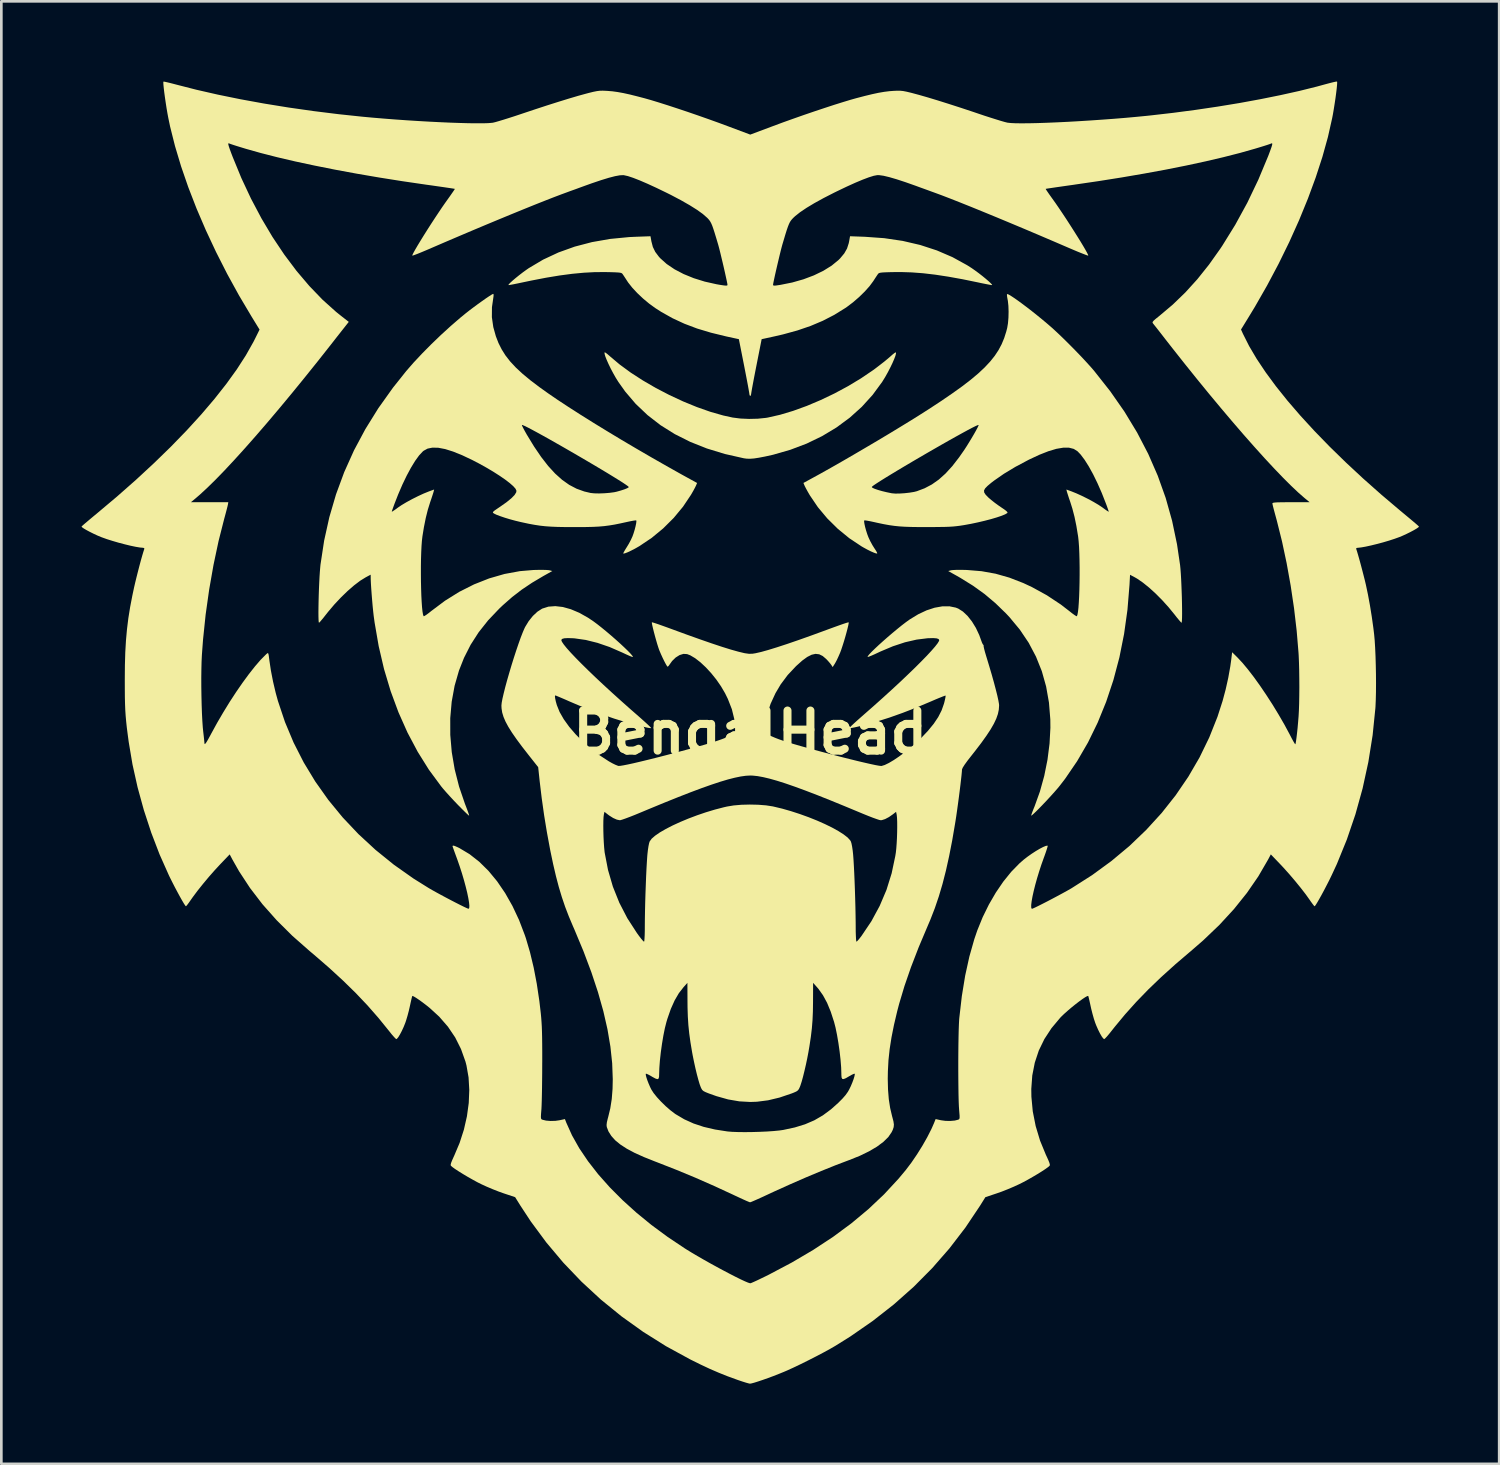
<source format=kicad_pcb>
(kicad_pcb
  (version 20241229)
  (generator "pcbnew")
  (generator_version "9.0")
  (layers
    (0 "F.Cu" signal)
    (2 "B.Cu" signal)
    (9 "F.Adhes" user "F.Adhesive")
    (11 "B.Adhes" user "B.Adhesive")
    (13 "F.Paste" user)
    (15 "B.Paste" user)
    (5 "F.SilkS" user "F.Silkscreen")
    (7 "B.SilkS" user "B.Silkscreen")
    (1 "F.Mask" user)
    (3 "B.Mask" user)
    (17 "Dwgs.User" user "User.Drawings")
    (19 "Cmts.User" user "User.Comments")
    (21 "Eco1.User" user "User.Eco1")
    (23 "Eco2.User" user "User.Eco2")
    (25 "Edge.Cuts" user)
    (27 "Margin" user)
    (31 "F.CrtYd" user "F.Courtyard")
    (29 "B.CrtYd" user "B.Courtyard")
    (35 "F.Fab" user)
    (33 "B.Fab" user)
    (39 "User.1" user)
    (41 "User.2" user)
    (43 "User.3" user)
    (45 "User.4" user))
  (footprint "BengalHead"
    (layer "F.Cu")
    (at 25.014 24.35)
    (property "Reference" "BengalHead" (at 0 0 0) (layer "F.SilkS") (effects (font (size 1.5 1.5) (thickness 0.3))))
    (attr board_only exclude_from_pos_files exclude_from_bom)
    (fp_poly (pts (xy 5.447 -14.221) (xy 5.451 -14.176) (xy 5.428 -14.086) (xy 5.38 -13.961) (xy 5.314 -13.809) (xy 5.233 -13.642) (xy 5.142 -13.467) (xy 5.045 -13.294) (xy 4.946 -13.134) (xy 4.931 -13.11) (xy 4.576 -12.627) (xy 4.171 -12.181) (xy 3.72 -11.775) (xy 3.225 -11.41) (xy 2.688 -11.087) (xy 2.112 -10.808) (xy 1.5 -10.576) (xy 0.854 -10.39) (xy 0.552 -10.323) (xy 0.323 -10.279) (xy 0.141 -10.251) (xy -0.006 -10.24) (xy -0.131 -10.243) (xy -0.237 -10.257) (xy -0.952 -10.419) (xy -1.622 -10.624) (xy -2.246 -10.872) (xy -2.825 -11.163) (xy -3.358 -11.497) (xy -3.844 -11.874) (xy -4.285 -12.293) (xy -4.679 -12.755) (xy -4.931 -13.11) (xy -5.03 -13.268) (xy -5.127 -13.439) (xy -5.22 -13.615) (xy -5.302 -13.784) (xy -5.371 -13.939) (xy -5.422 -14.068) (xy -5.449 -14.164) (xy -5.45 -14.217) (xy -5.447 -14.221) (xy -5.417 -14.21) (xy -5.354 -14.164) (xy -5.27 -14.092) (xy -5.247 -14.071) (xy -4.885 -13.766) (xy -4.472 -13.463) (xy -4.017 -13.169) (xy -3.532 -12.887) (xy -3.026 -12.624) (xy -2.51 -12.384) (xy -1.995 -12.173) (xy -1.492 -11.996) (xy -1.009 -11.858) (xy -0.657 -11.781) (xy -0.366 -11.744) (xy -0.044 -11.73) (xy 0.282 -11.738) (xy 0.584 -11.769) (xy 0.657 -11.781) (xy 1.116 -11.885) (xy 1.606 -12.032) (xy 2.116 -12.217) (xy 2.634 -12.436) (xy 3.151 -12.683) (xy 3.656 -12.955) (xy 4.138 -13.245) (xy 4.587 -13.549) (xy 4.68 -13.617) (xy 4.833 -13.734) (xy 4.986 -13.853) (xy 5.122 -13.964) (xy 5.227 -14.053) (xy 5.247 -14.071) (xy 5.334 -14.148) (xy 5.404 -14.201) (xy 5.443 -14.222)) (stroke (width 0) (type solid)) (fill yes) (layer "F.SilkS"))
    (fp_poly (pts (xy -9.599 -16.38) (xy -9.605 -16.308) (xy -9.605 -16.305) (xy -9.662 -15.91) (xy -9.665 -15.535) (xy -9.612 -15.165) (xy -9.516 -14.822) (xy -9.419 -14.571) (xy -9.3 -14.334) (xy -9.157 -14.106) (xy -8.983 -13.882) (xy -8.774 -13.657) (xy -8.526 -13.426) (xy -8.234 -13.183) (xy -7.893 -12.924) (xy -7.557 -12.684) (xy -7.203 -12.442) (xy -6.799 -12.176) (xy -6.353 -11.89) (xy -5.869 -11.587) (xy -5.356 -11.273) (xy -4.819 -10.949) (xy -4.265 -10.622) (xy -3.701 -10.294) (xy -3.133 -9.97) (xy -2.569 -9.653) (xy -2.375 -9.546) (xy -1.989 -9.334) (xy -2.031 -9.234) (xy -2.067 -9.161) (xy -2.124 -9.054) (xy -2.194 -8.931) (xy -2.219 -8.889) (xy -2.515 -8.447) (xy -2.864 -8.026) (xy -3.257 -7.635) (xy -3.686 -7.281) (xy -4.142 -6.975) (xy -4.162 -6.963) (xy -4.309 -6.879) (xy -4.451 -6.806) (xy -4.577 -6.746) (xy -4.676 -6.707) (xy -4.737 -6.692) (xy -4.75 -6.695) (xy -4.741 -6.727) (xy -4.703 -6.797) (xy -4.645 -6.893) (xy -4.625 -6.924) (xy -4.543 -7.059) (xy -4.465 -7.206) (xy -4.406 -7.334) (xy -4.364 -7.452) (xy -4.324 -7.583) (xy -4.291 -7.712) (xy -4.268 -7.824) (xy -4.259 -7.904) (xy -4.264 -7.934) (xy -4.299 -7.934) (xy -4.383 -7.922) (xy -4.502 -7.899) (xy -4.623 -7.873) (xy -4.866 -7.82) (xy -5.079 -7.777) (xy -5.275 -7.745) (xy -5.467 -7.72) (xy -5.666 -7.703) (xy -5.886 -7.692) (xy -6.138 -7.686) (xy -6.435 -7.684) (xy -6.595 -7.684) (xy -6.924 -7.685) (xy -7.204 -7.69) (xy -7.445 -7.7) (xy -7.661 -7.715) (xy -7.863 -7.737) (xy -8.066 -7.768) (xy -8.28 -7.807) (xy -8.518 -7.858) (xy -8.591 -7.874) (xy -8.785 -7.921) (xy -8.985 -7.975) (xy -9.177 -8.033) (xy -9.348 -8.091) (xy -9.487 -8.143) (xy -9.578 -8.187) (xy -9.587 -8.193) (xy -9.618 -8.214) (xy -9.628 -8.235) (xy -9.611 -8.263) (xy -9.562 -8.305) (xy -9.472 -8.367) (xy -9.357 -8.445) (xy -9.118 -8.613) (xy -8.938 -8.76) (xy -8.816 -8.884) (xy -8.754 -8.986) (xy -8.746 -9.044) (xy -8.78 -9.118) (xy -8.866 -9.215) (xy -8.998 -9.331) (xy -9.17 -9.463) (xy -9.377 -9.605) (xy -9.613 -9.756) (xy -9.873 -9.91) (xy -10.15 -10.064) (xy -10.397 -10.192) (xy -10.778 -10.373) (xy -11.116 -10.509) (xy -11.412 -10.602) (xy -11.669 -10.651) (xy -11.888 -10.656) (xy -12.071 -10.619) (xy -12.219 -10.538) (xy -12.249 -10.513) (xy -12.387 -10.365) (xy -12.536 -10.16) (xy -12.691 -9.906) (xy -12.851 -9.609) (xy -13.012 -9.274) (xy -13.17 -8.907) (xy -13.303 -8.567) (xy -13.349 -8.442) (xy -13.385 -8.34) (xy -13.406 -8.276) (xy -13.41 -8.261) (xy -13.387 -8.268) (xy -13.325 -8.308) (xy -13.235 -8.371) (xy -13.181 -8.412) (xy -13.041 -8.507) (xy -12.858 -8.616) (xy -12.649 -8.73) (xy -12.43 -8.84) (xy -12.218 -8.938) (xy -12.028 -9.015) (xy -12.01 -9.022) (xy -11.825 -9.089) (xy -11.842 -9.017) (xy -11.859 -8.958) (xy -11.892 -8.856) (xy -11.935 -8.726) (xy -11.97 -8.625) (xy -12.061 -8.333) (xy -12.139 -8.021) (xy -12.208 -7.675) (xy -12.263 -7.336) (xy -12.282 -7.174) (xy -12.297 -6.973) (xy -12.308 -6.74) (xy -12.316 -6.485) (xy -12.32 -6.214) (xy -12.32 -5.935) (xy -12.318 -5.656) (xy -12.312 -5.385) (xy -12.304 -5.129) (xy -12.292 -4.896) (xy -12.278 -4.695) (xy -12.261 -4.532) (xy -12.241 -4.415) (xy -12.22 -4.353) (xy -12.216 -4.349) (xy -12.185 -4.359) (xy -12.116 -4.403) (xy -12.021 -4.473) (xy -11.927 -4.548) (xy -11.416 -4.931) (xy -10.883 -5.263) (xy -10.331 -5.541) (xy -9.767 -5.764) (xy -9.193 -5.93) (xy -8.616 -6.036) (xy -8.109 -6.079) (xy -7.931 -6.083) (xy -7.767 -6.084) (xy -7.631 -6.08) (xy -7.538 -6.073) (xy -7.513 -6.069) (xy -7.405 -6.04) (xy -7.734 -5.856) (xy -8.164 -5.601) (xy -8.55 -5.342) (xy -8.908 -5.066) (xy -9.256 -4.76) (xy -9.398 -4.625) (xy -9.809 -4.192) (xy -10.161 -3.747) (xy -10.459 -3.283) (xy -10.707 -2.794) (xy -10.895 -2.319) (xy -11.059 -1.749) (xy -11.168 -1.153) (xy -11.222 -0.538) (xy -11.221 0.092) (xy -11.166 0.733) (xy -11.056 1.378) (xy -10.892 2.023) (xy -10.674 2.663) (xy -10.644 2.74) (xy -10.591 2.878) (xy -10.549 2.994) (xy -10.522 3.076) (xy -10.515 3.111) (xy -10.516 3.111) (xy -10.541 3.094) (xy -10.602 3.038) (xy -10.693 2.95) (xy -10.807 2.837) (xy -10.936 2.706) (xy -11.086 2.549) (xy -11.238 2.385) (xy -11.38 2.228) (xy -11.499 2.091) (xy -11.558 2.019) (xy -12.02 1.393) (xy -12.441 0.719) (xy -12.821 0.003) (xy -13.158 -0.753) (xy -13.451 -1.546) (xy -13.699 -2.373) (xy -13.899 -3.231) (xy -14.052 -4.116) (xy -14.087 -4.37) (xy -14.105 -4.532) (xy -14.125 -4.73) (xy -14.144 -4.948) (xy -14.162 -5.173) (xy -14.178 -5.388) (xy -14.19 -5.579) (xy -14.197 -5.732) (xy -14.198 -5.8) (xy -14.199 -5.904) (xy -14.384 -5.805) (xy -14.59 -5.678) (xy -14.819 -5.504) (xy -15.062 -5.293) (xy -15.311 -5.052) (xy -15.556 -4.791) (xy -15.789 -4.516) (xy -15.874 -4.409) (xy -15.965 -4.293) (xy -16.045 -4.197) (xy -16.103 -4.131) (xy -16.132 -4.105) (xy -16.142 -4.131) (xy -16.148 -4.212) (xy -16.152 -4.339) (xy -16.153 -4.503) (xy -16.151 -4.698) (xy -16.147 -4.913) (xy -16.141 -5.142) (xy -16.133 -5.375) (xy -16.123 -5.604) (xy -16.112 -5.821) (xy -16.099 -6.018) (xy -16.085 -6.186) (xy -16.076 -6.279) (xy -15.939 -7.179) (xy -15.745 -8.055) (xy -15.495 -8.909) (xy -15.188 -9.741) (xy -14.822 -10.555) (xy -14.396 -11.351) (xy -14.301 -11.504) (xy -8.542 -11.504) (xy -8.534 -11.472) (xy -8.498 -11.397) (xy -8.441 -11.29) (xy -8.369 -11.161) (xy -8.361 -11.147) (xy -8.086 -10.696) (xy -7.819 -10.304) (xy -7.558 -9.968) (xy -7.298 -9.685) (xy -7.037 -9.451) (xy -6.771 -9.263) (xy -6.496 -9.119) (xy -6.209 -9.016) (xy -5.971 -8.96) (xy -5.834 -8.946) (xy -5.656 -8.942) (xy -5.459 -8.949) (xy -5.263 -8.965) (xy -5.09 -8.988) (xy -5.001 -9.007) (xy -4.837 -9.053) (xy -4.701 -9.098) (xy -4.601 -9.139) (xy -4.549 -9.171) (xy -4.544 -9.181) (xy -4.57 -9.21) (xy -4.646 -9.265) (xy -4.767 -9.346) (xy -4.926 -9.447) (xy -5.12 -9.567) (xy -5.342 -9.703) (xy -5.587 -9.85) (xy -5.851 -10.007) (xy -6.127 -10.17) (xy -6.411 -10.336) (xy -6.697 -10.502) (xy -6.981 -10.666) (xy -7.257 -10.823) (xy -7.519 -10.972) (xy -7.763 -11.108) (xy -7.983 -11.229) (xy -8.174 -11.332) (xy -8.33 -11.414) (xy -8.448 -11.471) (xy -8.52 -11.502) (xy -8.542 -11.504) (xy -14.301 -11.504) (xy -13.911 -12.132) (xy -13.364 -12.899) (xy -12.869 -13.52) (xy -12.593 -13.837) (xy -12.276 -14.175) (xy -11.931 -14.524) (xy -11.57 -14.871) (xy -11.205 -15.204) (xy -10.849 -15.512) (xy -10.633 -15.689) (xy -10.496 -15.796) (xy -10.343 -15.911) (xy -10.186 -16.027) (xy -10.031 -16.138) (xy -9.889 -16.238) (xy -9.767 -16.32) (xy -9.675 -16.378) (xy -9.623 -16.406) (xy -9.616 -16.407)) (stroke (width 0) (type solid)) (fill yes) (layer "F.SilkS"))
    (fp_poly (pts (xy 9.642 -16.394) (xy 9.721 -16.352) (xy 9.835 -16.278) (xy 9.98 -16.178) (xy 10.148 -16.056) (xy 10.334 -15.916) (xy 10.531 -15.764) (xy 10.733 -15.603) (xy 10.934 -15.439) (xy 11.128 -15.276) (xy 11.28 -15.144) (xy 11.468 -14.972) (xy 11.683 -14.767) (xy 11.913 -14.54) (xy 12.148 -14.302) (xy 12.377 -14.065) (xy 12.587 -13.839) (xy 12.769 -13.637) (xy 12.869 -13.52) (xy 13.465 -12.765) (xy 13.999 -11.999) (xy 14.472 -11.218) (xy 14.886 -10.422) (xy 15.241 -9.609) (xy 15.539 -8.775) (xy 15.779 -7.92) (xy 15.963 -7.041) (xy 16.078 -6.263) (xy 16.092 -6.122) (xy 16.105 -5.947) (xy 16.117 -5.744) (xy 16.127 -5.524) (xy 16.136 -5.294) (xy 16.144 -5.063) (xy 16.149 -4.838) (xy 16.152 -4.629) (xy 16.153 -4.444) (xy 16.151 -4.291) (xy 16.146 -4.179) (xy 16.138 -4.116) (xy 16.132 -4.105) (xy 16.1 -4.134) (xy 16.04 -4.203) (xy 15.959 -4.3) (xy 15.874 -4.409) (xy 15.65 -4.683) (xy 15.411 -4.948) (xy 15.164 -5.197) (xy 14.92 -5.419) (xy 14.686 -5.608) (xy 14.472 -5.755) (xy 14.388 -5.803) (xy 14.206 -5.9) (xy 14.185 -5.514) (xy 14.109 -4.588) (xy 13.983 -3.686) (xy 13.808 -2.81) (xy 13.584 -1.964) (xy 13.313 -1.15) (xy 12.996 -0.371) (xy 12.634 0.371) (xy 12.227 1.072) (xy 11.777 1.731) (xy 11.577 1.991) (xy 11.488 2.099) (xy 11.377 2.226) (xy 11.252 2.365) (xy 11.119 2.51) (xy 10.984 2.653) (xy 10.854 2.788) (xy 10.736 2.908) (xy 10.636 3.005) (xy 10.561 3.074) (xy 10.517 3.108) (xy 10.508 3.107) (xy 10.519 3.065) (xy 10.549 2.98) (xy 10.594 2.863) (xy 10.636 2.76) (xy 10.835 2.207) (xy 10.997 1.622) (xy 11.118 1.019) (xy 11.195 0.415) (xy 11.227 -0.175) (xy 11.224 -0.489) (xy 11.173 -1.12) (xy 11.067 -1.722) (xy 10.906 -2.294) (xy 10.688 -2.838) (xy 10.414 -3.357) (xy 10.082 -3.85) (xy 9.692 -4.32) (xy 9.562 -4.458) (xy 9.17 -4.838) (xy 8.767 -5.178) (xy 8.337 -5.488) (xy 7.863 -5.782) (xy 7.734 -5.856) (xy 7.405 -6.04) (xy 7.513 -6.069) (xy 7.582 -6.077) (xy 7.699 -6.083) (xy 7.852 -6.084) (xy 8.025 -6.082) (xy 8.109 -6.079) (xy 8.652 -6.034) (xy 9.176 -5.94) (xy 9.693 -5.793) (xy 10.213 -5.591) (xy 10.538 -5.439) (xy 11.095 -5.133) (xy 11.613 -4.79) (xy 11.927 -4.548) (xy 12.037 -4.461) (xy 12.129 -4.394) (xy 12.192 -4.355) (xy 12.216 -4.349) (xy 12.238 -4.403) (xy 12.258 -4.512) (xy 12.276 -4.669) (xy 12.29 -4.865) (xy 12.302 -5.094) (xy 12.311 -5.347) (xy 12.317 -5.616) (xy 12.32 -5.895) (xy 12.32 -6.174) (xy 12.316 -6.447) (xy 12.309 -6.705) (xy 12.299 -6.941) (xy 12.284 -7.147) (xy 12.266 -7.315) (xy 12.263 -7.336) (xy 12.199 -7.725) (xy 12.129 -8.066) (xy 12.049 -8.374) (xy 11.97 -8.625) (xy 11.922 -8.764) (xy 11.882 -8.888) (xy 11.853 -8.98) (xy 11.842 -9.017) (xy 11.825 -9.089) (xy 12.01 -9.022) (xy 12.196 -8.947) (xy 12.407 -8.851) (xy 12.626 -8.742) (xy 12.837 -8.628) (xy 13.023 -8.518) (xy 13.169 -8.421) (xy 13.181 -8.412) (xy 13.281 -8.338) (xy 13.359 -8.285) (xy 13.403 -8.26) (xy 13.41 -8.261) (xy 13.399 -8.298) (xy 13.371 -8.38) (xy 13.331 -8.493) (xy 13.303 -8.567) (xy 13.149 -8.959) (xy 12.988 -9.325) (xy 12.826 -9.657) (xy 12.664 -9.951) (xy 12.507 -10.2) (xy 12.357 -10.399) (xy 12.241 -10.52) (xy 12.1 -10.609) (xy 11.922 -10.654) (xy 11.706 -10.654) (xy 11.45 -10.611) (xy 11.153 -10.522) (xy 10.815 -10.389) (xy 10.434 -10.211) (xy 10.397 -10.192) (xy 9.916 -9.936) (xy 9.49 -9.679) (xy 9.124 -9.425) (xy 9.013 -9.34) (xy 8.874 -9.223) (xy 8.785 -9.131) (xy 8.744 -9.053) (xy 8.751 -8.978) (xy 8.803 -8.897) (xy 8.897 -8.799) (xy 8.909 -8.788) (xy 9.013 -8.698) (xy 9.149 -8.591) (xy 9.295 -8.485) (xy 9.369 -8.434) (xy 9.498 -8.347) (xy 9.578 -8.286) (xy 9.617 -8.244) (xy 9.621 -8.217) (xy 9.614 -8.209) (xy 9.533 -8.161) (xy 9.399 -8.106) (xy 9.221 -8.046) (xy 9.009 -7.983) (xy 8.771 -7.921) (xy 8.518 -7.861) (xy 8.258 -7.806) (xy 8.001 -7.759) (xy 7.981 -7.756) (xy 7.847 -7.735) (xy 7.721 -7.719) (xy 7.593 -7.706) (xy 7.452 -7.697) (xy 7.287 -7.691) (xy 7.089 -7.688) (xy 6.846 -7.685) (xy 6.61 -7.685) (xy 6.287 -7.685) (xy 6.016 -7.689) (xy 5.783 -7.697) (xy 5.576 -7.71) (xy 5.384 -7.73) (xy 5.195 -7.757) (xy 4.996 -7.793) (xy 4.775 -7.839) (xy 4.623 -7.873) (xy 4.484 -7.903) (xy 4.369 -7.924) (xy 4.291 -7.935) (xy 4.264 -7.934) (xy 4.258 -7.892) (xy 4.271 -7.804) (xy 4.297 -7.686) (xy 4.334 -7.551) (xy 4.378 -7.414) (xy 4.422 -7.299) (xy 4.489 -7.156) (xy 4.571 -7.006) (xy 4.642 -6.893) (xy 4.702 -6.802) (xy 4.741 -6.732) (xy 4.751 -6.697) (xy 4.751 -6.697) (xy 4.711 -6.697) (xy 4.627 -6.726) (xy 4.511 -6.776) (xy 4.373 -6.845) (xy 4.224 -6.927) (xy 4.162 -6.963) (xy 3.705 -7.267) (xy 3.275 -7.619) (xy 2.88 -8.009) (xy 2.529 -8.429) (xy 2.231 -8.869) (xy 2.219 -8.889) (xy 2.148 -9.012) (xy 2.085 -9.127) (xy 2.057 -9.182) (xy 4.544 -9.182) (xy 4.573 -9.153) (xy 4.654 -9.116) (xy 4.776 -9.074) (xy 4.929 -9.03) (xy 5.103 -8.988) (xy 5.286 -8.95) (xy 5.301 -8.948) (xy 5.424 -8.937) (xy 5.588 -8.939) (xy 5.773 -8.951) (xy 5.958 -8.972) (xy 6.125 -8.999) (xy 6.232 -9.026) (xy 6.521 -9.135) (xy 6.792 -9.278) (xy 7.052 -9.461) (xy 7.304 -9.687) (xy 7.556 -9.963) (xy 7.811 -10.292) (xy 8.005 -10.57) (xy 8.095 -10.709) (xy 8.189 -10.861) (xy 8.283 -11.016) (xy 8.37 -11.164) (xy 8.445 -11.297) (xy 8.502 -11.405) (xy 8.536 -11.477) (xy 8.542 -11.504) (xy 8.507 -11.497) (xy 8.424 -11.46) (xy 8.297 -11.397) (xy 8.132 -11.31) (xy 7.934 -11.202) (xy 7.708 -11.077) (xy 7.459 -10.938) (xy 7.193 -10.787) (xy 6.916 -10.628) (xy 6.631 -10.464) (xy 6.344 -10.297) (xy 6.062 -10.132) (xy 5.788 -9.97) (xy 5.528 -9.815) (xy 5.288 -9.67) (xy 5.072 -9.538) (xy 4.886 -9.422) (xy 4.735 -9.325) (xy 4.624 -9.251) (xy 4.559 -9.201) (xy 4.544 -9.182) (xy 2.057 -9.182) (xy 2.04 -9.214) (xy 2.031 -9.235) (xy 1.989 -9.335) (xy 2.264 -9.485) (xy 2.618 -9.679) (xy 3.01 -9.899) (xy 3.431 -10.139) (xy 3.871 -10.394) (xy 4.321 -10.658) (xy 4.772 -10.924) (xy 5.213 -11.188) (xy 5.636 -11.445) (xy 6.031 -11.687) (xy 6.388 -11.911) (xy 6.669 -12.09) (xy 7.14 -12.399) (xy 7.558 -12.685) (xy 7.927 -12.949) (xy 8.249 -13.197) (xy 8.528 -13.431) (xy 8.768 -13.656) (xy 8.972 -13.874) (xy 9.144 -14.089) (xy 9.287 -14.305) (xy 9.404 -14.526) (xy 9.499 -14.755) (xy 9.575 -14.995) (xy 9.611 -15.134) (xy 9.64 -15.308) (xy 9.658 -15.518) (xy 9.663 -15.743) (xy 9.656 -15.959) (xy 9.636 -16.145) (xy 9.626 -16.197) (xy 9.608 -16.298) (xy 9.601 -16.372) (xy 9.605 -16.4)) (stroke (width 0) (type solid)) (fill yes) (layer "F.SilkS"))
    (fp_poly (pts (xy -7.011 -4.695) (xy -6.711 -4.611) (xy -6.396 -4.478) (xy -6.072 -4.296) (xy -5.863 -4.156) (xy -5.717 -4.047) (xy -5.555 -3.919) (xy -5.383 -3.778) (xy -5.206 -3.628) (xy -5.032 -3.476) (xy -4.866 -3.327) (xy -4.716 -3.187) (xy -4.586 -3.062) (xy -4.485 -2.958) (xy -4.417 -2.879) (xy -4.389 -2.833) (xy -4.391 -2.824) (xy -4.424 -2.831) (xy -4.503 -2.861) (xy -4.616 -2.911) (xy -4.754 -2.975) (xy -4.799 -2.996) (xy -5.26 -3.197) (xy -5.714 -3.353) (xy -6.152 -3.462) (xy -6.565 -3.521) (xy -6.631 -3.526) (xy -6.824 -3.532) (xy -6.959 -3.524) (xy -7.039 -3.5) (xy -7.068 -3.461) (xy -7.068 -3.456) (xy -7.044 -3.393) (xy -6.975 -3.291) (xy -6.865 -3.155) (xy -6.715 -2.987) (xy -6.529 -2.791) (xy -6.31 -2.569) (xy -6.061 -2.324) (xy -5.786 -2.06) (xy -5.486 -1.779) (xy -5.166 -1.485) (xy -4.828 -1.18) (xy -4.476 -0.867) (xy -4.282 -0.698) (xy -4.12 -0.556) (xy -3.976 -0.428) (xy -3.857 -0.319) (xy -3.768 -0.235) (xy -3.716 -0.182) (xy -3.704 -0.166) (xy -3.744 -0.164) (xy -3.838 -0.179) (xy -3.978 -0.209) (xy -4.157 -0.252) (xy -4.37 -0.307) (xy -4.607 -0.373) (xy -4.696 -0.399) (xy -5.086 -0.519) (xy -5.512 -0.665) (xy -5.955 -0.83) (xy -6.398 -1.007) (xy -6.768 -1.165) (xy -6.933 -1.238) (xy -7.078 -1.3) (xy -7.194 -1.349) (xy -7.269 -1.38) (xy -7.295 -1.388) (xy -7.307 -1.36) (xy -7.299 -1.282) (xy -7.274 -1.164) (xy -7.235 -1.025) (xy -7.132 -0.769) (xy -6.976 -0.496) (xy -6.774 -0.215) (xy -6.532 0.067) (xy -6.256 0.344) (xy -5.954 0.609) (xy -5.631 0.855) (xy -5.294 1.075) (xy -5.286 1.08) (xy -5.161 1.15) (xy -5.045 1.207) (xy -4.954 1.243) (xy -4.929 1.25) (xy -4.867 1.248) (xy -4.749 1.229) (xy -4.58 1.196) (xy -4.365 1.149) (xy -4.109 1.089) (xy -3.817 1.018) (xy -3.493 0.937) (xy -3.142 0.847) (xy -2.769 0.748) (xy -2.38 0.643) (xy -2.32 0.627) (xy -1.981 0.533) (xy -1.695 0.452) (xy -1.456 0.38) (xy -1.257 0.317) (xy -1.088 0.259) (xy -0.944 0.204) (xy -0.817 0.15) (xy -0.797 0.141) (xy -0.568 0.036) (xy -0.568 -0.153) (xy -0.598 -0.503) (xy -0.688 -0.871) (xy -0.838 -1.256) (xy -0.942 -1.468) (xy -1.093 -1.726) (xy -1.268 -1.979) (xy -1.46 -2.218) (xy -1.661 -2.436) (xy -1.864 -2.626) (xy -2.061 -2.779) (xy -2.245 -2.888) (xy -2.363 -2.933) (xy -2.499 -2.941) (xy -2.645 -2.896) (xy -2.79 -2.805) (xy -2.923 -2.675) (xy -2.999 -2.569) (xy -3.047 -2.501) (xy -3.084 -2.463) (xy -3.091 -2.461) (xy -3.116 -2.488) (xy -3.16 -2.561) (xy -3.216 -2.667) (xy -3.278 -2.794) (xy -3.34 -2.929) (xy -3.396 -3.061) (xy -3.407 -3.088) (xy -3.439 -3.181) (xy -3.479 -3.307) (xy -3.522 -3.455) (xy -3.566 -3.613) (xy -3.607 -3.768) (xy -3.642 -3.909) (xy -3.668 -4.023) (xy -3.681 -4.098) (xy -3.681 -4.123) (xy -3.649 -4.117) (xy -3.565 -4.091) (xy -3.439 -4.049) (xy -3.279 -3.992) (xy -3.092 -3.925) (xy -2.945 -3.871) (xy -2.386 -3.666) (xy -1.885 -3.487) (xy -1.441 -3.333) (xy -1.053 -3.204) (xy -0.722 -3.101) (xy -0.447 -3.024) (xy -0.228 -2.971) (xy -0.197 -2.965) (xy -0.048 -2.944) (xy 0.084 -2.947) (xy 0.197 -2.965) (xy 0.407 -3.013) (xy 0.672 -3.087) (xy 0.994 -3.186) (xy 1.373 -3.31) (xy 1.807 -3.459) (xy 2.299 -3.634) (xy 2.848 -3.835) (xy 2.945 -3.871) (xy 3.145 -3.944) (xy 3.326 -4.009) (xy 3.477 -4.062) (xy 3.592 -4.1) (xy 3.663 -4.12) (xy 3.681 -4.123) (xy 3.681 -4.086) (xy 3.665 -4) (xy 3.635 -3.876) (xy 3.596 -3.727) (xy 3.55 -3.562) (xy 3.5 -3.394) (xy 3.449 -3.234) (xy 3.402 -3.093) (xy 3.364 -2.991) (xy 3.303 -2.851) (xy 3.24 -2.715) (xy 3.183 -2.608) (xy 3.168 -2.582) (xy 3.083 -2.447) (xy 3.033 -2.525) (xy 2.985 -2.589) (xy 2.909 -2.677) (xy 2.841 -2.749) (xy 2.71 -2.861) (xy 2.579 -2.926) (xy 2.442 -2.942) (xy 2.295 -2.909) (xy 2.131 -2.826) (xy 1.945 -2.691) (xy 1.734 -2.502) (xy 1.712 -2.482) (xy 1.399 -2.149) (xy 1.137 -1.798) (xy 0.942 -1.468) (xy 0.761 -1.075) (xy 0.639 -0.697) (xy 0.577 -0.338) (xy 0.568 -0.153) (xy 0.568 0.036) (xy 0.797 0.141) (xy 0.922 0.195) (xy 1.063 0.25) (xy 1.226 0.307) (xy 1.42 0.369) (xy 1.652 0.439) (xy 1.93 0.519) (xy 2.26 0.61) (xy 2.32 0.627) (xy 2.692 0.728) (xy 3.053 0.823) (xy 3.398 0.913) (xy 3.72 0.994) (xy 4.015 1.067) (xy 4.278 1.129) (xy 4.503 1.18) (xy 4.685 1.219) (xy 4.819 1.243) (xy 4.899 1.252) (xy 4.913 1.251) (xy 5.032 1.214) (xy 5.186 1.139) (xy 5.368 1.031) (xy 5.568 0.896) (xy 5.779 0.741) (xy 5.991 0.572) (xy 6.195 0.395) (xy 6.376 0.223) (xy 6.645 -0.061) (xy 6.862 -0.326) (xy 7.031 -0.578) (xy 7.157 -0.826) (xy 7.245 -1.076) (xy 7.257 -1.12) (xy 7.285 -1.236) (xy 7.303 -1.327) (xy 7.308 -1.377) (xy 7.306 -1.381) (xy 7.274 -1.374) (xy 7.194 -1.344) (xy 7.074 -1.296) (xy 6.924 -1.234) (xy 6.754 -1.16) (xy 6.746 -1.157) (xy 6.222 -0.936) (xy 5.705 -0.736) (xy 5.208 -0.559) (xy 4.747 -0.413) (xy 4.694 -0.398) (xy 4.449 -0.329) (xy 4.228 -0.27) (xy 4.037 -0.222) (xy 3.882 -0.187) (xy 3.772 -0.167) (xy 3.712 -0.163) (xy 3.704 -0.166) (xy 3.723 -0.19) (xy 3.783 -0.25) (xy 3.878 -0.339) (xy 4.003 -0.452) (xy 4.151 -0.583) (xy 4.282 -0.698) (xy 4.636 -1.009) (xy 4.978 -1.315) (xy 5.305 -1.613) (xy 5.614 -1.899) (xy 5.901 -2.172) (xy 6.165 -2.427) (xy 6.4 -2.662) (xy 6.606 -2.873) (xy 6.777 -3.058) (xy 6.912 -3.213) (xy 7.007 -3.335) (xy 7.059 -3.421) (xy 7.068 -3.456) (xy 7.044 -3.497) (xy 6.97 -3.522) (xy 6.842 -3.532) (xy 6.656 -3.527) (xy 6.631 -3.526) (xy 6.222 -3.475) (xy 5.788 -3.375) (xy 5.336 -3.226) (xy 4.876 -3.032) (xy 4.799 -2.996) (xy 4.656 -2.929) (xy 4.533 -2.875) (xy 4.442 -2.839) (xy 4.394 -2.826) (xy 4.389 -2.827) (xy 4.399 -2.859) (xy 4.452 -2.925) (xy 4.542 -3.02) (xy 4.662 -3.137) (xy 4.806 -3.272) (xy 4.968 -3.418) (xy 5.141 -3.57) (xy 5.319 -3.722) (xy 5.496 -3.869) (xy 5.665 -4.006) (xy 5.82 -4.125) (xy 5.956 -4.223) (xy 5.968 -4.231) (xy 6.283 -4.423) (xy 6.594 -4.569) (xy 6.896 -4.668) (xy 7.183 -4.719) (xy 7.448 -4.721) (xy 7.687 -4.672) (xy 7.78 -4.635) (xy 7.955 -4.524) (xy 8.128 -4.361) (xy 8.292 -4.153) (xy 8.44 -3.912) (xy 8.565 -3.646) (xy 8.634 -3.455) (xy 8.668 -3.362) (xy 8.699 -3.299) (xy 8.716 -3.281) (xy 8.731 -3.263) (xy 8.727 -3.255) (xy 8.73 -3.216) (xy 8.748 -3.13) (xy 8.78 -3.009) (xy 8.822 -2.868) (xy 8.93 -2.512) (xy 9.028 -2.181) (xy 9.113 -1.878) (xy 9.184 -1.61) (xy 9.241 -1.382) (xy 9.281 -1.199) (xy 9.304 -1.067) (xy 9.308 -1.011) (xy 9.297 -0.854) (xy 9.263 -0.692) (xy 9.202 -0.518) (xy 9.112 -0.328) (xy 8.99 -0.116) (xy 8.833 0.122) (xy 8.639 0.393) (xy 8.404 0.7) (xy 8.284 0.852) (xy 8.13 1.049) (xy 8.019 1.202) (xy 7.95 1.311) (xy 7.921 1.379) (xy 7.92 1.389) (xy 7.915 1.465) (xy 7.903 1.593) (xy 7.884 1.765) (xy 7.86 1.97) (xy 7.832 2.197) (xy 7.801 2.439) (xy 7.768 2.683) (xy 7.735 2.922) (xy 7.703 3.145) (xy 7.672 3.342) (xy 7.664 3.392) (xy 7.554 4.036) (xy 7.439 4.625) (xy 7.319 5.166) (xy 7.191 5.666) (xy 7.053 6.132) (xy 6.903 6.573) (xy 6.739 6.996) (xy 6.635 7.24) (xy 6.301 8.03) (xy 6.012 8.778) (xy 5.768 9.484) (xy 5.569 10.15) (xy 5.496 10.428) (xy 5.376 10.937) (xy 5.283 11.403) (xy 5.215 11.838) (xy 5.17 12.256) (xy 5.148 12.669) (xy 5.143 12.951) (xy 5.153 13.357) (xy 5.182 13.717) (xy 5.233 14.046) (xy 5.307 14.36) (xy 5.316 14.391) (xy 5.356 14.546) (xy 5.373 14.663) (xy 5.364 14.762) (xy 5.33 14.864) (xy 5.287 14.952) (xy 5.163 15.133) (xy 4.978 15.314) (xy 4.737 15.493) (xy 4.443 15.666) (xy 4.1 15.833) (xy 3.709 15.99) (xy 3.703 15.992) (xy 3.201 16.182) (xy 2.658 16.401) (xy 2.084 16.641) (xy 1.492 16.9) (xy 0.894 17.17) (xy 0.606 17.304) (xy 0.429 17.386) (xy 0.27 17.458) (xy 0.138 17.516) (xy 0.043 17.556) (xy -0.006 17.573) (xy -0.009 17.573) (xy -0.048 17.559) (xy -0.135 17.523) (xy -0.26 17.467) (xy -0.414 17.396) (xy -0.588 17.315) (xy -0.615 17.302) (xy -1.346 16.964) (xy -2.05 16.654) (xy -2.752 16.363) (xy -3.476 16.079) (xy -3.565 16.045) (xy -3.974 15.882) (xy -4.323 15.725) (xy -4.616 15.569) (xy -4.857 15.413) (xy -5.05 15.255) (xy -5.197 15.092) (xy -5.304 14.921) (xy -5.367 14.756) (xy -5.375 14.682) (xy -5.363 14.578) (xy -5.328 14.432) (xy -5.316 14.391) (xy -5.236 14.06) (xy -5.181 13.711) (xy -5.151 13.33) (xy -5.143 12.968) (xy -5.149 12.804) (xy -3.909 12.804) (xy -3.889 12.889) (xy -3.852 13.003) (xy -3.801 13.134) (xy -3.743 13.268) (xy -3.7 13.354) (xy -3.615 13.487) (xy -3.489 13.643) (xy -3.335 13.81) (xy -3.164 13.977) (xy -2.989 14.129) (xy -2.821 14.257) (xy -2.792 14.277) (xy -2.467 14.469) (xy -2.119 14.626) (xy -1.739 14.752) (xy -1.318 14.85) (xy -0.852 14.923) (xy -0.681 14.937) (xy -0.461 14.945) (xy -0.206 14.948) (xy 0.068 14.945) (xy 0.349 14.937) (xy 0.621 14.925) (xy 0.871 14.908) (xy 1.086 14.887) (xy 1.234 14.866) (xy 1.666 14.773) (xy 2.049 14.655) (xy 2.396 14.506) (xy 2.717 14.32) (xy 3.024 14.092) (xy 3.285 13.859) (xy 3.445 13.699) (xy 3.565 13.562) (xy 3.654 13.436) (xy 3.7 13.354) (xy 3.762 13.227) (xy 3.818 13.093) (xy 3.865 12.966) (xy 3.897 12.859) (xy 3.911 12.786) (xy 3.906 12.762) (xy 3.873 12.768) (xy 3.801 12.801) (xy 3.707 12.854) (xy 3.703 12.856) (xy 3.576 12.93) (xy 3.491 12.964) (xy 3.441 12.957) (xy 3.416 12.907) (xy 3.408 12.811) (xy 3.408 12.771) (xy 3.4 12.525) (xy 3.377 12.239) (xy 3.342 11.929) (xy 3.297 11.613) (xy 3.245 11.309) (xy 3.189 11.035) (xy 3.136 10.83) (xy 3.01 10.442) (xy 2.873 10.11) (xy 2.72 9.828) (xy 2.55 9.589) (xy 2.494 9.524) (xy 2.351 9.364) (xy 2.348 10.07) (xy 2.343 10.431) (xy 2.329 10.757) (xy 2.304 11.068) (xy 2.266 11.386) (xy 2.214 11.73) (xy 2.175 11.959) (xy 2.131 12.189) (xy 2.081 12.427) (xy 2.027 12.659) (xy 1.974 12.874) (xy 1.923 13.059) (xy 1.877 13.202) (xy 1.855 13.259) (xy 1.82 13.335) (xy 1.782 13.386) (xy 1.725 13.427) (xy 1.634 13.468) (xy 1.55 13.501) (xy 1.096 13.655) (xy 0.666 13.758) (xy 0.252 13.811) (xy 0 13.82) (xy -0.409 13.797) (xy -0.828 13.725) (xy -1.266 13.602) (xy -1.55 13.501) (xy -1.671 13.452) (xy -1.748 13.413) (xy -1.797 13.37) (xy -1.832 13.311) (xy -1.855 13.259) (xy -1.896 13.147) (xy -1.944 12.984) (xy -1.997 12.785) (xy -2.051 12.561) (xy -2.103 12.324) (xy -2.151 12.088) (xy -2.175 11.959) (xy -2.237 11.588) (xy -2.283 11.256) (xy -2.315 10.944) (xy -2.335 10.629) (xy -2.346 10.292) (xy -2.348 10.07) (xy -2.351 9.364) (xy -2.494 9.524) (xy -2.671 9.751) (xy -2.828 10.02) (xy -2.97 10.336) (xy -3.099 10.706) (xy -3.136 10.83) (xy -3.195 11.063) (xy -3.251 11.341) (xy -3.302 11.647) (xy -3.346 11.963) (xy -3.38 12.271) (xy -3.401 12.554) (xy -3.408 12.771) (xy -3.412 12.882) (xy -3.431 12.947) (xy -3.472 12.967) (xy -3.545 12.944) (xy -3.659 12.883) (xy -3.703 12.856) (xy -3.798 12.803) (xy -3.871 12.769) (xy -3.906 12.762) (xy -3.906 12.762) (xy -3.909 12.804) (xy -5.149 12.804) (xy -5.165 12.372) (xy -5.231 11.751) (xy -5.341 11.101) (xy -5.496 10.422) (xy -5.697 9.711) (xy -5.944 8.966) (xy -6.238 8.184) (xy -6.58 7.364) (xy -6.634 7.241) (xy -6.787 6.878) (xy -6.924 6.521) (xy -7.047 6.159) (xy -7.161 5.78) (xy -7.268 5.373) (xy -7.372 4.928) (xy -7.476 4.432) (xy -7.491 4.354) (xy -7.605 3.739) (xy -7.647 3.485) (xy -5.497 3.485) (xy -5.495 3.687) (xy -5.489 3.899) (xy -5.479 4.106) (xy -5.466 4.296) (xy -5.45 4.456) (xy -5.446 4.49) (xy -5.321 5.14) (xy -5.139 5.765) (xy -4.898 6.367) (xy -4.599 6.945) (xy -4.24 7.5) (xy -4.159 7.612) (xy -4.084 7.709) (xy -4.021 7.783) (xy -3.98 7.822) (xy -3.973 7.825) (xy -3.963 7.795) (xy -3.956 7.711) (xy -3.949 7.582) (xy -3.945 7.418) (xy -3.944 7.233) (xy -3.942 6.977) (xy -3.937 6.684) (xy -3.93 6.368) (xy -3.92 6.04) (xy -3.908 5.712) (xy -3.896 5.395) (xy -3.882 5.101) (xy -3.867 4.842) (xy -3.853 4.63) (xy -3.847 4.559) (xy -3.829 4.398) (xy -3.807 4.252) (xy -3.783 4.137) (xy -3.763 4.076) (xy -3.689 3.973) (xy -3.559 3.86) (xy -3.381 3.737) (xy -3.16 3.609) (xy -2.905 3.478) (xy -2.62 3.347) (xy -2.313 3.219) (xy -1.99 3.097) (xy -1.658 2.984) (xy -1.323 2.883) (xy -0.991 2.797) (xy -0.869 2.769) (xy -0.62 2.728) (xy -0.33 2.703) (xy -0.018 2.695) (xy 0.296 2.702) (xy 0.591 2.725) (xy 0.848 2.765) (xy 0.869 2.77) (xy 1.195 2.848) (xy 1.527 2.943) (xy 1.859 3.051) (xy 2.185 3.169) (xy 2.498 3.294) (xy 2.791 3.424) (xy 3.059 3.555) (xy 3.294 3.685) (xy 3.49 3.81) (xy 3.641 3.927) (xy 3.739 4.035) (xy 3.763 4.076) (xy 3.786 4.149) (xy 3.81 4.269) (xy 3.832 4.418) (xy 3.847 4.559) (xy 3.861 4.742) (xy 3.875 4.976) (xy 3.889 5.25) (xy 3.902 5.553) (xy 3.914 5.873) (xy 3.924 6.199) (xy 3.933 6.52) (xy 3.939 6.823) (xy 3.943 7.098) (xy 3.944 7.249) (xy 3.945 7.436) (xy 3.95 7.597) (xy 3.956 7.721) (xy 3.964 7.8) (xy 3.973 7.825) (xy 4.003 7.801) (xy 4.06 7.738) (xy 4.132 7.647) (xy 4.159 7.612) (xy 4.53 7.061) (xy 4.841 6.486) (xy 5.095 5.888) (xy 5.289 5.266) (xy 5.425 4.621) (xy 5.446 4.49) (xy 5.462 4.341) (xy 5.476 4.157) (xy 5.487 3.953) (xy 5.494 3.741) (xy 5.497 3.535) (xy 5.496 3.348) (xy 5.49 3.194) (xy 5.479 3.086) (xy 5.476 3.067) (xy 5.454 2.967) (xy 5.338 3.058) (xy 5.187 3.163) (xy 5.043 3.239) (xy 4.92 3.278) (xy 4.88 3.281) (xy 4.825 3.27) (xy 4.722 3.236) (xy 4.58 3.185) (xy 4.41 3.119) (xy 4.22 3.042) (xy 4.122 3.001) (xy 3.528 2.754) (xy 2.988 2.533) (xy 2.5 2.339) (xy 2.059 2.17) (xy 1.664 2.025) (xy 1.311 1.903) (xy 0.999 1.804) (xy 0.723 1.726) (xy 0.482 1.669) (xy 0.273 1.631) (xy 0.092 1.612) (xy 0 1.609) (xy -0.165 1.618) (xy -0.358 1.645) (xy -0.58 1.691) (xy -0.835 1.756) (xy -1.126 1.843) (xy -1.455 1.952) (xy -1.825 2.083) (xy -2.239 2.238) (xy -2.7 2.418) (xy -3.21 2.623) (xy -3.772 2.855) (xy -4.122 3.001) (xy -4.318 3.082) (xy -4.5 3.154) (xy -4.657 3.213) (xy -4.78 3.256) (xy -4.859 3.279) (xy -4.88 3.281) (xy -4.99 3.259) (xy -5.128 3.198) (xy -5.277 3.104) (xy -5.338 3.058) (xy -5.454 2.967) (xy -5.476 3.067) (xy -5.488 3.161) (xy -5.495 3.305) (xy -5.497 3.485) (xy -7.647 3.485) (xy -7.711 3.093) (xy -7.802 2.447) (xy -7.876 1.83) (xy -7.877 1.821) (xy -7.933 1.296) (xy -8.277 0.861) (xy -8.529 0.538) (xy -8.74 0.254) (xy -8.913 0.005) (xy -9.05 -0.214) (xy -9.155 -0.409) (xy -9.23 -0.585) (xy -9.279 -0.747) (xy -9.303 -0.901) (xy -9.308 -1.005) (xy -9.298 -1.111) (xy -9.269 -1.267) (xy -9.223 -1.465) (xy -9.165 -1.697) (xy -9.095 -1.954) (xy -9.016 -2.228) (xy -8.932 -2.511) (xy -8.844 -2.793) (xy -8.755 -3.066) (xy -8.668 -3.322) (xy -8.586 -3.552) (xy -8.51 -3.747) (xy -8.444 -3.9) (xy -8.42 -3.949) (xy -8.287 -4.167) (xy -8.131 -4.361) (xy -7.962 -4.519) (xy -7.793 -4.628) (xy -7.78 -4.635) (xy -7.55 -4.708) (xy -7.292 -4.727)) (stroke (width 0) (type solid)) (fill yes) (layer "F.SilkS"))
    (fp_poly (pts (xy 21.949 -24.349) (xy 21.954 -24.31) (xy 21.949 -24.219) (xy 21.936 -24.085) (xy 21.916 -23.919) (xy 21.891 -23.731) (xy 21.861 -23.531) (xy 21.829 -23.328) (xy 21.796 -23.132) (xy 21.768 -22.986) (xy 21.608 -22.275) (xy 21.401 -21.53) (xy 21.15 -20.759) (xy 20.858 -19.967) (xy 20.528 -19.161) (xy 20.162 -18.347) (xy 19.763 -17.532) (xy 19.333 -16.722) (xy 18.876 -15.923) (xy 18.655 -15.559) (xy 18.357 -15.074) (xy 18.43 -14.913) (xy 18.659 -14.458) (xy 18.942 -13.978) (xy 19.278 -13.475) (xy 19.664 -12.951) (xy 20.098 -12.409) (xy 20.579 -11.851) (xy 21.104 -11.279) (xy 21.671 -10.695) (xy 22.278 -10.103) (xy 22.923 -9.503) (xy 23.603 -8.9) (xy 24.318 -8.294) (xy 24.453 -8.182) (xy 24.612 -8.05) (xy 24.754 -7.931) (xy 24.872 -7.832) (xy 24.958 -7.757) (xy 25.006 -7.712) (xy 25.014 -7.704) (xy 24.993 -7.676) (xy 24.924 -7.628) (xy 24.82 -7.567) (xy 24.69 -7.498) (xy 24.546 -7.427) (xy 24.398 -7.359) (xy 24.28 -7.31) (xy 24.103 -7.246) (xy 23.897 -7.179) (xy 23.673 -7.113) (xy 23.445 -7.052) (xy 23.225 -6.998) (xy 23.025 -6.954) (xy 22.857 -6.924) (xy 22.734 -6.91) (xy 22.718 -6.91) (xy 22.668 -6.899) (xy 22.669 -6.858) (xy 22.67 -6.855) (xy 22.696 -6.776) (xy 22.734 -6.648) (xy 22.781 -6.483) (xy 22.833 -6.294) (xy 22.886 -6.093) (xy 22.938 -5.892) (xy 22.986 -5.703) (xy 23.025 -5.539) (xy 23.029 -5.522) (xy 23.106 -5.156) (xy 23.181 -4.75) (xy 23.249 -4.326) (xy 23.308 -3.907) (xy 23.336 -3.674) (xy 23.357 -3.448) (xy 23.374 -3.172) (xy 23.388 -2.86) (xy 23.398 -2.525) (xy 23.405 -2.179) (xy 23.407 -1.838) (xy 23.405 -1.513) (xy 23.398 -1.219) (xy 23.387 -0.968) (xy 23.383 -0.911) (xy 23.28 0.101) (xy 23.12 1.104) (xy 22.905 2.093) (xy 22.636 3.062) (xy 22.315 4.005) (xy 21.944 4.916) (xy 21.751 5.332) (xy 21.66 5.52) (xy 21.562 5.711) (xy 21.464 5.9) (xy 21.369 6.076) (xy 21.282 6.232) (xy 21.208 6.36) (xy 21.151 6.451) (xy 21.116 6.496) (xy 21.109 6.5) (xy 21.083 6.476) (xy 21.032 6.41) (xy 20.964 6.317) (xy 20.933 6.271) (xy 20.779 6.055) (xy 20.59 5.811) (xy 20.38 5.553) (xy 20.16 5.295) (xy 19.942 5.052) (xy 19.82 4.922) (xy 19.472 4.559) (xy 19.372 4.749) (xy 19.004 5.382) (xy 18.579 5.999) (xy 18.095 6.603) (xy 17.551 7.194) (xy 16.946 7.772) (xy 16.484 8.173) (xy 15.902 8.67) (xy 15.372 9.148) (xy 14.886 9.615) (xy 14.438 10.078) (xy 14.021 10.543) (xy 13.629 11.016) (xy 13.52 11.154) (xy 13.425 11.273) (xy 13.341 11.372) (xy 13.277 11.44) (xy 13.242 11.469) (xy 13.24 11.469) (xy 13.201 11.442) (xy 13.145 11.366) (xy 13.08 11.253) (xy 13.011 11.115) (xy 12.943 10.961) (xy 12.903 10.858) (xy 12.853 10.707) (xy 12.801 10.522) (xy 12.753 10.332) (xy 12.73 10.227) (xy 12.699 10.085) (xy 12.672 9.966) (xy 12.652 9.885) (xy 12.641 9.854) (xy 12.605 9.86) (xy 12.53 9.901) (xy 12.425 9.971) (xy 12.297 10.064) (xy 12.157 10.172) (xy 12.011 10.29) (xy 11.869 10.411) (xy 11.738 10.528) (xy 11.627 10.635) (xy 11.595 10.669) (xy 11.269 11.058) (xy 11.002 11.466) (xy 10.793 11.896) (xy 10.643 12.349) (xy 10.549 12.828) (xy 10.512 13.334) (xy 10.516 13.626) (xy 10.567 14.171) (xy 10.676 14.721) (xy 10.84 15.266) (xy 11.057 15.794) (xy 11.076 15.834) (xy 11.147 15.989) (xy 11.19 16.097) (xy 11.207 16.166) (xy 11.2 16.203) (xy 11.199 16.205) (xy 11.143 16.254) (xy 11.042 16.327) (xy 10.905 16.417) (xy 10.744 16.517) (xy 10.568 16.621) (xy 10.388 16.724) (xy 10.214 16.818) (xy 10.059 16.896) (xy 9.861 16.987) (xy 9.635 17.083) (xy 9.41 17.172) (xy 9.217 17.24) (xy 8.795 17.381) (xy 8.596 17.7) (xy 8.048 18.518) (xy 7.452 19.295) (xy 6.808 20.033) (xy 6.116 20.731) (xy 5.374 21.39) (xy 4.583 22.01) (xy 3.742 22.593) (xy 3.187 22.94) (xy 2.985 23.057) (xy 2.74 23.191) (xy 2.466 23.335) (xy 2.178 23.482) (xy 1.892 23.624) (xy 1.62 23.754) (xy 1.379 23.864) (xy 1.262 23.914) (xy 1.073 23.991) (xy 0.872 24.07) (xy 0.669 24.145) (xy 0.475 24.214) (xy 0.299 24.273) (xy 0.153 24.319) (xy 0.045 24.348) (xy -0.012 24.357) (xy -0.065 24.346) (xy -0.165 24.318) (xy -0.298 24.276) (xy -0.452 24.224) (xy -0.505 24.205) (xy -0.851 24.079) (xy -1.178 23.948) (xy -1.505 23.807) (xy -1.849 23.646) (xy -2.227 23.459) (xy -2.256 23.444) (xy -3.15 22.956) (xy -4.004 22.42) (xy -4.817 21.838) (xy -5.587 21.212) (xy -6.312 20.542) (xy -6.993 19.83) (xy -7.626 19.078) (xy -8.211 18.286) (xy -8.596 17.7) (xy -8.795 17.381) (xy -9.217 17.24) (xy -9.416 17.169) (xy -9.642 17.08) (xy -9.868 16.984) (xy -10.059 16.896) (xy -10.217 16.817) (xy -10.39 16.722) (xy -10.57 16.62) (xy -10.746 16.515) (xy -10.907 16.415) (xy -11.043 16.326) (xy -11.144 16.253) (xy -11.199 16.205) (xy -11.207 16.169) (xy -11.192 16.103) (xy -11.15 15.997) (xy -11.081 15.844) (xy -11.076 15.834) (xy -10.872 15.352) (xy -10.712 14.857) (xy -10.598 14.356) (xy -10.53 13.858) (xy -10.51 13.37) (xy -10.537 12.902) (xy -10.614 12.46) (xy -10.653 12.309) (xy -10.82 11.841) (xy -11.037 11.407) (xy -11.309 11.004) (xy -11.635 10.629) (xy -11.99 10.304) (xy -12.122 10.198) (xy -12.257 10.095) (xy -12.385 10.003) (xy -12.497 9.927) (xy -12.583 9.875) (xy -12.633 9.853) (xy -12.641 9.854) (xy -12.653 9.889) (xy -12.674 9.973) (xy -12.701 10.093) (xy -12.73 10.227) (xy -12.771 10.407) (xy -12.822 10.599) (xy -12.874 10.773) (xy -12.903 10.858) (xy -12.966 11.016) (xy -13.035 11.165) (xy -13.104 11.296) (xy -13.166 11.397) (xy -13.217 11.457) (xy -13.24 11.469) (xy -13.271 11.446) (xy -13.332 11.381) (xy -13.415 11.286) (xy -13.509 11.168) (xy -13.52 11.154) (xy -13.907 10.677) (xy -14.316 10.21) (xy -14.754 9.748) (xy -15.229 9.283) (xy -15.746 8.808) (xy -16.312 8.317) (xy -16.484 8.173) (xy -17.132 7.602) (xy -17.718 7.019) (xy -18.245 6.425) (xy -18.711 5.817) (xy -19.119 5.195) (xy -19.372 4.749) (xy -19.472 4.559) (xy -19.82 4.922) (xy -20.031 5.15) (xy -20.252 5.401) (xy -20.469 5.661) (xy -20.672 5.915) (xy -20.847 6.149) (xy -20.933 6.271) (xy -21.005 6.374) (xy -21.064 6.452) (xy -21.102 6.495) (xy -21.109 6.5) (xy -21.135 6.473) (xy -21.185 6.398) (xy -21.253 6.283) (xy -21.336 6.136) (xy -21.428 5.966) (xy -21.526 5.782) (xy -21.624 5.59) (xy -21.719 5.4) (xy -21.751 5.332) (xy -22.095 4.56) (xy -22.407 3.745) (xy -22.683 2.903) (xy -22.918 2.048) (xy -23.108 1.194) (xy -23.249 0.357) (xy -23.251 0.343) (xy -23.289 0.057) (xy -23.321 -0.192) (xy -23.345 -0.417) (xy -23.364 -0.63) (xy -23.378 -0.843) (xy -23.387 -1.069) (xy -23.393 -1.319) (xy -23.395 -1.607) (xy -23.396 -1.943) (xy -23.396 -1.988) (xy -23.392 -2.517) (xy -23.378 -2.997) (xy -23.352 -3.441) (xy -23.314 -3.863) (xy -23.263 -4.276) (xy -23.196 -4.693) (xy -23.112 -5.129) (xy -23.047 -5.434) (xy -23.006 -5.611) (xy -22.957 -5.812) (xy -22.903 -6.025) (xy -22.848 -6.238) (xy -22.794 -6.439) (xy -22.744 -6.616) (xy -22.702 -6.757) (xy -22.672 -6.849) (xy -22.67 -6.855) (xy -22.667 -6.898) (xy -22.714 -6.91) (xy -22.718 -6.91) (xy -22.83 -6.92) (xy -22.991 -6.947) (xy -23.186 -6.988) (xy -23.403 -7.041) (xy -23.631 -7.101) (xy -23.856 -7.167) (xy -24.066 -7.233) (xy -24.25 -7.299) (xy -24.28 -7.31) (xy -24.423 -7.37) (xy -24.571 -7.439) (xy -24.713 -7.51) (xy -24.84 -7.578) (xy -24.939 -7.637) (xy -25 -7.682) (xy -25.014 -7.704) (xy -24.988 -7.73) (xy -24.921 -7.79) (xy -24.818 -7.877) (xy -24.688 -7.987) (xy -24.537 -8.113) (xy -24.453 -8.182) (xy -23.94 -8.614) (xy -20.923 -8.614) (xy -20.223 -8.614) (xy -19.524 -8.614) (xy -19.539 -8.527) (xy -19.553 -8.465) (xy -19.58 -8.357) (xy -19.617 -8.216) (xy -19.66 -8.056) (xy -19.672 -8.014) (xy -19.888 -7.163) (xy -20.078 -6.268) (xy -20.24 -5.345) (xy -20.372 -4.41) (xy -20.469 -3.477) (xy -20.512 -2.903) (xy -20.524 -2.656) (xy -20.531 -2.367) (xy -20.535 -2.048) (xy -20.534 -1.712) (xy -20.529 -1.369) (xy -20.521 -1.033) (xy -20.51 -0.716) (xy -20.495 -0.429) (xy -20.478 -0.184) (xy -20.464 -0.047) (xy -20.446 0.109) (xy -20.431 0.245) (xy -20.421 0.347) (xy -20.416 0.401) (xy -20.416 0.404) (xy -20.408 0.433) (xy -20.385 0.421) (xy -20.344 0.366) (xy -20.282 0.262) (xy -20.197 0.107) (xy -20.161 0.039) (xy -19.942 -0.361) (xy -19.71 -0.758) (xy -19.471 -1.147) (xy -19.228 -1.519) (xy -18.986 -1.869) (xy -18.751 -2.189) (xy -18.526 -2.474) (xy -18.317 -2.716) (xy -18.127 -2.908) (xy -18.088 -2.944) (xy -18.059 -2.967) (xy -18.039 -2.969) (xy -18.024 -2.941) (xy -18.01 -2.872) (xy -17.995 -2.754) (xy -17.987 -2.691) (xy -17.93 -2.313) (xy -17.85 -1.903) (xy -17.752 -1.486) (xy -17.668 -1.181) (xy -17.404 -0.391) (xy -17.082 0.376) (xy -16.704 1.118) (xy -16.271 1.833) (xy -15.785 2.519) (xy -15.246 3.176) (xy -14.656 3.8) (xy -14.017 4.39) (xy -13.331 4.945) (xy -12.598 5.462) (xy -12.022 5.822) (xy -11.895 5.895) (xy -11.741 5.981) (xy -11.567 6.076) (xy -11.382 6.175) (xy -11.196 6.273) (xy -11.016 6.366) (xy -10.853 6.449) (xy -10.715 6.517) (xy -10.61 6.566) (xy -10.548 6.592) (xy -10.538 6.595) (xy -10.513 6.566) (xy -10.507 6.484) (xy -10.519 6.357) (xy -10.547 6.191) (xy -10.588 5.992) (xy -10.643 5.769) (xy -10.708 5.527) (xy -10.783 5.273) (xy -10.866 5.015) (xy -10.955 4.759) (xy -10.984 4.68) (xy -11.039 4.53) (xy -11.086 4.4) (xy -11.12 4.304) (xy -11.137 4.252) (xy -11.138 4.247) (xy -11.118 4.229) (xy -11.056 4.243) (xy -10.948 4.29) (xy -10.878 4.324) (xy -10.499 4.551) (xy -10.137 4.835) (xy -9.792 5.175) (xy -9.469 5.566) (xy -9.169 6.006) (xy -8.894 6.491) (xy -8.647 7.018) (xy -8.431 7.584) (xy -8.392 7.699) (xy -8.239 8.219) (xy -8.102 8.789) (xy -7.985 9.401) (xy -7.889 10.044) (xy -7.835 10.507) (xy -7.82 10.666) (xy -7.808 10.826) (xy -7.798 10.996) (xy -7.791 11.185) (xy -7.786 11.401) (xy -7.783 11.651) (xy -7.781 11.945) (xy -7.781 12.292) (xy -7.782 12.416) (xy -7.783 12.718) (xy -7.786 13.013) (xy -7.789 13.293) (xy -7.794 13.548) (xy -7.799 13.77) (xy -7.805 13.95) (xy -7.811 14.08) (xy -7.814 14.115) (xy -7.826 14.266) (xy -7.831 14.365) (xy -7.828 14.426) (xy -7.816 14.459) (xy -7.793 14.476) (xy -7.774 14.484) (xy -7.639 14.517) (xy -7.469 14.531) (xy -7.288 14.526) (xy -7.135 14.504) (xy -6.933 14.46) (xy -6.883 14.59) (xy -6.669 15.066) (xy -6.397 15.55) (xy -6.068 16.037) (xy -5.687 16.526) (xy -5.256 17.011) (xy -4.778 17.491) (xy -4.257 17.962) (xy -3.696 18.421) (xy -3.097 18.863) (xy -2.464 19.287) (xy -2.398 19.329) (xy -2.201 19.45) (xy -1.98 19.581) (xy -1.742 19.718) (xy -1.495 19.857) (xy -1.246 19.994) (xy -1 20.126) (xy -0.766 20.249) (xy -0.55 20.36) (xy -0.36 20.454) (xy -0.201 20.528) (xy -0.082 20.578) (xy -0.008 20.601) (xy 0.001 20.602) (xy 0.042 20.589) (xy 0.13 20.551) (xy 0.258 20.493) (xy 0.415 20.417) (xy 0.595 20.33) (xy 0.695 20.28) (xy 1.555 19.825) (xy 2.355 19.354) (xy 3.099 18.865) (xy 3.787 18.356) (xy 4.422 17.826) (xy 5.007 17.273) (xy 5.542 16.696) (xy 5.822 16.36) (xy 6.03 16.085) (xy 6.239 15.778) (xy 6.439 15.457) (xy 6.621 15.137) (xy 6.775 14.834) (xy 6.869 14.621) (xy 6.934 14.46) (xy 7.135 14.504) (xy 7.303 14.527) (xy 7.483 14.53) (xy 7.652 14.515) (xy 7.774 14.484) (xy 7.805 14.47) (xy 7.823 14.447) (xy 7.831 14.404) (xy 7.83 14.328) (xy 7.82 14.206) (xy 7.814 14.131) (xy 7.804 13.986) (xy 7.796 13.787) (xy 7.79 13.543) (xy 7.786 13.265) (xy 7.783 12.962) (xy 7.781 12.642) (xy 7.781 12.316) (xy 7.783 11.992) (xy 7.786 11.68) (xy 7.791 11.39) (xy 7.797 11.13) (xy 7.805 10.91) (xy 7.814 10.74) (xy 7.819 10.681) (xy 7.914 9.86) (xy 8.039 9.095) (xy 8.195 8.384) (xy 8.381 7.729) (xy 8.494 7.399) (xy 8.694 6.907) (xy 8.926 6.435) (xy 9.185 5.989) (xy 9.465 5.578) (xy 9.762 5.21) (xy 10.071 4.894) (xy 10.228 4.757) (xy 10.371 4.646) (xy 10.525 4.537) (xy 10.679 4.437) (xy 10.824 4.351) (xy 10.951 4.285) (xy 11.051 4.243) (xy 11.113 4.231) (xy 11.125 4.236) (xy 11.121 4.27) (xy 11.097 4.352) (xy 11.058 4.471) (xy 11.007 4.616) (xy 10.985 4.675) (xy 10.894 4.929) (xy 10.809 5.188) (xy 10.731 5.444) (xy 10.662 5.691) (xy 10.604 5.922) (xy 10.558 6.129) (xy 10.526 6.307) (xy 10.509 6.448) (xy 10.509 6.545) (xy 10.527 6.591) (xy 10.538 6.595) (xy 10.579 6.58) (xy 10.667 6.54) (xy 10.792 6.479) (xy 10.946 6.401) (xy 11.12 6.312) (xy 11.305 6.215) (xy 11.491 6.116) (xy 11.671 6.019) (xy 11.835 5.929) (xy 11.974 5.85) (xy 12.022 5.822) (xy 12.788 5.334) (xy 13.509 4.807) (xy 14.184 4.244) (xy 14.81 3.644) (xy 15.387 3.012) (xy 15.913 2.348) (xy 16.386 1.654) (xy 16.806 0.932) (xy 17.17 0.183) (xy 17.477 -0.589) (xy 17.668 -1.181) (xy 17.782 -1.607) (xy 17.88 -2.046) (xy 17.956 -2.472) (xy 17.987 -2.693) (xy 18.025 -3.003) (xy 18.227 -2.803) (xy 18.413 -2.604) (xy 18.619 -2.356) (xy 18.841 -2.068) (xy 19.072 -1.746) (xy 19.306 -1.4) (xy 19.54 -1.038) (xy 19.765 -0.668) (xy 19.979 -0.298) (xy 20.174 0.064) (xy 20.194 0.103) (xy 20.262 0.234) (xy 20.321 0.341) (xy 20.365 0.414) (xy 20.386 0.441) (xy 20.386 0.441) (xy 20.399 0.412) (xy 20.414 0.327) (xy 20.432 0.197) (xy 20.452 0.029) (xy 20.473 -0.167) (xy 20.492 -0.384) (xy 20.51 -0.6) (xy 20.522 -0.813) (xy 20.531 -1.075) (xy 20.536 -1.371) (xy 20.539 -1.689) (xy 20.537 -2.013) (xy 20.533 -2.329) (xy 20.525 -2.623) (xy 20.514 -2.881) (xy 20.508 -2.982) (xy 20.439 -3.806) (xy 20.34 -4.651) (xy 20.214 -5.499) (xy 20.063 -6.337) (xy 19.891 -7.147) (xy 19.699 -7.916) (xy 19.657 -8.071) (xy 19.613 -8.233) (xy 19.575 -8.376) (xy 19.547 -8.487) (xy 19.533 -8.555) (xy 19.531 -8.568) (xy 19.539 -8.583) (xy 19.568 -8.595) (xy 19.626 -8.603) (xy 19.718 -8.609) (xy 19.854 -8.612) (xy 20.04 -8.614) (xy 20.227 -8.614) (xy 20.923 -8.614) (xy 20.724 -8.779) (xy 20.488 -8.986) (xy 20.219 -9.241) (xy 19.919 -9.541) (xy 19.59 -9.884) (xy 19.235 -10.266) (xy 18.858 -10.684) (xy 18.46 -11.135) (xy 18.045 -11.616) (xy 17.615 -12.124) (xy 17.172 -12.656) (xy 16.72 -13.209) (xy 16.262 -13.779) (xy 15.799 -14.364) (xy 15.509 -14.735) (xy 15.386 -14.894) (xy 15.273 -15.039) (xy 15.178 -15.16) (xy 15.106 -15.25) (xy 15.066 -15.301) (xy 15.061 -15.307) (xy 15.047 -15.332) (xy 15.055 -15.363) (xy 15.09 -15.406) (xy 15.162 -15.47) (xy 15.275 -15.561) (xy 15.307 -15.587) (xy 15.805 -16.007) (xy 16.275 -16.461) (xy 16.724 -16.956) (xy 17.157 -17.498) (xy 17.581 -18.095) (xy 17.655 -18.206) (xy 18.14 -18.989) (xy 18.593 -19.817) (xy 19.005 -20.679) (xy 19.373 -21.562) (xy 19.393 -21.614) (xy 19.458 -21.788) (xy 19.501 -21.91) (xy 19.523 -21.989) (xy 19.526 -22.03) (xy 19.51 -22.041) (xy 19.478 -22.029) (xy 19.476 -22.028) (xy 19.429 -22.01) (xy 19.332 -21.977) (xy 19.196 -21.934) (xy 19.033 -21.884) (xy 18.884 -21.839) (xy 18.322 -21.68) (xy 17.7 -21.521) (xy 17.026 -21.363) (xy 16.303 -21.207) (xy 15.536 -21.054) (xy 14.729 -20.906) (xy 13.889 -20.762) (xy 13.02 -20.624) (xy 12.125 -20.493) (xy 12.116 -20.491) (xy 11.866 -20.456) (xy 11.636 -20.423) (xy 11.434 -20.394) (xy 11.267 -20.369) (xy 11.143 -20.351) (xy 11.068 -20.339) (xy 11.05 -20.335) (xy 11.064 -20.308) (xy 11.109 -20.24) (xy 11.178 -20.139) (xy 11.266 -20.016) (xy 11.299 -19.97) (xy 11.414 -19.809) (xy 11.542 -19.623) (xy 11.679 -19.419) (xy 11.821 -19.205) (xy 11.963 -18.985) (xy 12.102 -18.767) (xy 12.234 -18.558) (xy 12.355 -18.363) (xy 12.459 -18.19) (xy 12.544 -18.044) (xy 12.605 -17.932) (xy 12.639 -17.861) (xy 12.643 -17.838) (xy 12.61 -17.845) (xy 12.528 -17.875) (xy 12.405 -17.923) (xy 12.248 -17.986) (xy 12.068 -18.062) (xy 11.953 -18.111) (xy 11.37 -18.362) (xy 10.799 -18.606) (xy 10.242 -18.842) (xy 9.705 -19.067) (xy 9.193 -19.28) (xy 8.709 -19.479) (xy 8.258 -19.663) (xy 7.846 -19.828) (xy 7.476 -19.974) (xy 7.153 -20.098) (xy 6.882 -20.198) (xy 6.815 -20.222) (xy 6.749 -20.246) (xy 6.637 -20.287) (xy 6.489 -20.341) (xy 6.319 -20.402) (xy 6.184 -20.452) (xy 5.802 -20.587) (xy 5.476 -20.694) (xy 5.205 -20.773) (xy 4.988 -20.825) (xy 4.825 -20.848) (xy 4.749 -20.849) (xy 4.618 -20.824) (xy 4.435 -20.767) (xy 4.204 -20.68) (xy 3.925 -20.563) (xy 3.603 -20.417) (xy 3.238 -20.242) (xy 3.14 -20.194) (xy 2.747 -19.993) (xy 2.401 -19.803) (xy 2.105 -19.625) (xy 1.862 -19.461) (xy 1.676 -19.313) (xy 1.614 -19.255) (xy 1.564 -19.203) (xy 1.521 -19.151) (xy 1.483 -19.092) (xy 1.447 -19.017) (xy 1.408 -18.919) (xy 1.363 -18.789) (xy 1.31 -18.619) (xy 1.245 -18.4) (xy 1.201 -18.253) (xy 1.175 -18.158) (xy 1.14 -18.021) (xy 1.099 -17.855) (xy 1.055 -17.67) (xy 1.009 -17.476) (xy 0.965 -17.285) (xy 0.925 -17.108) (xy 0.892 -16.954) (xy 0.867 -16.835) (xy 0.854 -16.761) (xy 0.852 -16.745) (xy 0.86 -16.725) (xy 0.89 -16.716) (xy 0.955 -16.719) (xy 1.065 -16.735) (xy 1.127 -16.744) (xy 1.57 -16.833) (xy 1.991 -16.953) (xy 2.381 -17.1) (xy 2.734 -17.271) (xy 3.043 -17.463) (xy 3.299 -17.672) (xy 3.365 -17.739) (xy 3.517 -17.922) (xy 3.62 -18.104) (xy 3.684 -18.303) (xy 3.698 -18.371) (xy 3.732 -18.563) (xy 4.287 -18.543) (xy 5.01 -18.491) (xy 5.701 -18.389) (xy 6.358 -18.236) (xy 6.98 -18.033) (xy 7.565 -17.781) (xy 8.112 -17.48) (xy 8.283 -17.371) (xy 8.41 -17.282) (xy 8.546 -17.182) (xy 8.681 -17.077) (xy 8.807 -16.974) (xy 8.915 -16.881) (xy 8.996 -16.805) (xy 9.042 -16.754) (xy 9.047 -16.736) (xy 9.015 -16.738) (xy 8.93 -16.753) (xy 8.806 -16.777) (xy 8.65 -16.808) (xy 8.525 -16.835) (xy 7.941 -16.955) (xy 7.408 -17.051) (xy 6.918 -17.126) (xy 6.465 -17.179) (xy 6.04 -17.211) (xy 5.637 -17.224) (xy 5.418 -17.223) (xy 5.209 -17.219) (xy 5.054 -17.214) (xy 4.944 -17.208) (xy 4.87 -17.199) (xy 4.823 -17.187) (xy 4.794 -17.17) (xy 4.776 -17.149) (xy 4.737 -17.092) (xy 4.677 -17.001) (xy 4.607 -16.893) (xy 4.599 -16.881) (xy 4.463 -16.697) (xy 4.284 -16.497) (xy 4.075 -16.292) (xy 3.849 -16.096) (xy 3.618 -15.921) (xy 3.552 -15.876) (xy 3.142 -15.622) (xy 2.713 -15.401) (xy 2.257 -15.208) (xy 1.763 -15.039) (xy 1.223 -14.891) (xy 0.899 -14.816) (xy 0.426 -14.713) (xy 0.23 -13.722) (xy 0.182 -13.478) (xy 0.138 -13.251) (xy 0.1 -13.049) (xy 0.069 -12.881) (xy 0.047 -12.755) (xy 0.035 -12.678) (xy 0.033 -12.661) (xy 0.02 -12.605) (xy 0 -12.59) (xy -0.025 -12.616) (xy -0.033 -12.661) (xy -0.039 -12.708) (xy -0.057 -12.81) (xy -0.083 -12.957) (xy -0.118 -13.142) (xy -0.159 -13.356) (xy -0.205 -13.593) (xy -0.23 -13.722) (xy -0.426 -14.713) (xy -0.899 -14.816) (xy -1.469 -14.955) (xy -1.988 -15.111) (xy -2.464 -15.291) (xy -2.906 -15.496) (xy -3.326 -15.731) (xy -3.552 -15.876) (xy -3.782 -16.043) (xy -4.011 -16.234) (xy -4.226 -16.437) (xy -4.415 -16.64) (xy -4.565 -16.83) (xy -4.599 -16.881) (xy -4.669 -16.989) (xy -4.731 -17.083) (xy -4.773 -17.145) (xy -4.776 -17.149) (xy -4.795 -17.171) (xy -4.824 -17.188) (xy -4.872 -17.2) (xy -4.947 -17.208) (xy -5.059 -17.214) (xy -5.216 -17.219) (xy -5.418 -17.223) (xy -5.812 -17.221) (xy -6.224 -17.199) (xy -6.66 -17.158) (xy -7.129 -17.096) (xy -7.637 -17.012) (xy -8.191 -16.905) (xy -8.525 -16.835) (xy -8.696 -16.799) (xy -8.844 -16.769) (xy -8.958 -16.748) (xy -9.029 -16.736) (xy -9.047 -16.736) (xy -9.034 -16.764) (xy -8.979 -16.822) (xy -8.89 -16.903) (xy -8.777 -16.999) (xy -8.648 -17.103) (xy -8.512 -17.208) (xy -8.377 -17.306) (xy -8.283 -17.371) (xy -7.749 -17.688) (xy -7.176 -17.956) (xy -6.566 -18.175) (xy -5.92 -18.344) (xy -5.24 -18.463) (xy -4.528 -18.532) (xy -4.287 -18.543) (xy -3.732 -18.563) (xy -3.698 -18.371) (xy -3.644 -18.163) (xy -3.554 -17.978) (xy -3.418 -17.797) (xy -3.365 -17.739) (xy -3.126 -17.525) (xy -2.833 -17.327) (xy -2.493 -17.149) (xy -2.113 -16.994) (xy -1.701 -16.866) (xy -1.264 -16.768) (xy -1.127 -16.744) (xy -0.994 -16.724) (xy -0.912 -16.716) (xy -0.869 -16.72) (xy -0.853 -16.735) (xy -0.852 -16.745) (xy -0.859 -16.794) (xy -0.879 -16.893) (xy -0.909 -17.032) (xy -0.946 -17.2) (xy -0.988 -17.386) (xy -1.033 -17.579) (xy -1.079 -17.77) (xy -1.121 -17.946) (xy -1.159 -18.098) (xy -1.19 -18.214) (xy -1.201 -18.253) (xy -1.275 -18.502) (xy -1.335 -18.698) (xy -1.384 -18.85) (xy -1.425 -18.965) (xy -1.463 -19.052) (xy -1.5 -19.119) (xy -1.539 -19.174) (xy -1.584 -19.225) (xy -1.614 -19.255) (xy -1.775 -19.396) (xy -1.994 -19.553) (xy -2.268 -19.725) (xy -2.592 -19.91) (xy -2.965 -20.107) (xy -3.14 -20.194) (xy -3.514 -20.375) (xy -3.847 -20.528) (xy -4.137 -20.653) (xy -4.381 -20.748) (xy -4.576 -20.813) (xy -4.72 -20.845) (xy -4.749 -20.849) (xy -4.877 -20.843) (xy -5.058 -20.81) (xy -5.294 -20.749) (xy -5.584 -20.66) (xy -5.93 -20.543) (xy -6.184 -20.452) (xy -6.363 -20.387) (xy -6.528 -20.326) (xy -6.668 -20.276) (xy -6.771 -20.239) (xy -6.815 -20.222) (xy -7.055 -20.134) (xy -7.348 -20.023) (xy -7.686 -19.891) (xy -8.066 -19.74) (xy -8.481 -19.572) (xy -8.926 -19.39) (xy -9.396 -19.196) (xy -9.884 -18.993) (xy -10.386 -18.782) (xy -10.895 -18.566) (xy -11.406 -18.348) (xy -11.914 -18.129) (xy -11.958 -18.109) (xy -12.149 -18.028) (xy -12.319 -17.957) (xy -12.462 -17.899) (xy -12.569 -17.859) (xy -12.63 -17.839) (xy -12.642 -17.838) (xy -12.634 -17.872) (xy -12.595 -17.951) (xy -12.529 -18.07) (xy -12.44 -18.222) (xy -12.332 -18.4) (xy -12.21 -18.598) (xy -12.077 -18.809) (xy -11.938 -19.026) (xy -11.796 -19.243) (xy -11.656 -19.454) (xy -11.523 -19.652) (xy -11.399 -19.83) (xy -11.345 -19.906) (xy -11.244 -20.047) (xy -11.159 -20.169) (xy -11.094 -20.263) (xy -11.057 -20.321) (xy -11.05 -20.335) (xy -11.082 -20.341) (xy -11.17 -20.355) (xy -11.305 -20.375) (xy -11.481 -20.401) (xy -11.691 -20.431) (xy -11.927 -20.465) (xy -12.116 -20.491) (xy -13.011 -20.622) (xy -13.881 -20.76) (xy -14.721 -20.904) (xy -15.528 -21.053) (xy -16.295 -21.206) (xy -17.019 -21.361) (xy -17.694 -21.519) (xy -18.315 -21.678) (xy -18.879 -21.837) (xy -18.884 -21.839) (xy -19.062 -21.893) (xy -19.221 -21.942) (xy -19.351 -21.984) (xy -19.44 -22.014) (xy -19.476 -22.028) (xy -19.507 -22.041) (xy -19.524 -22.033) (xy -19.524 -21.998) (xy -19.506 -21.929) (xy -19.469 -21.819) (xy -19.411 -21.662) (xy -19.362 -21.534) (xy -19.035 -20.738) (xy -18.675 -19.97) (xy -18.286 -19.235) (xy -17.871 -18.536) (xy -17.431 -17.878) (xy -16.97 -17.264) (xy -16.491 -16.7) (xy -15.997 -16.187) (xy -15.49 -15.732) (xy -15.295 -15.576) (xy -15.018 -15.36) (xy -15.171 -15.166) (xy -15.242 -15.076) (xy -15.342 -14.949) (xy -15.461 -14.798) (xy -15.588 -14.635) (xy -15.683 -14.514) (xy -16.185 -13.878) (xy -16.678 -13.264) (xy -17.159 -12.674) (xy -17.626 -12.112) (xy -18.076 -11.58) (xy -18.507 -11.081) (xy -18.918 -10.616) (xy -19.305 -10.189) (xy -19.667 -9.801) (xy -20.001 -9.457) (xy -20.306 -9.158) (xy -20.578 -8.906) (xy -20.739 -8.767) (xy -20.923 -8.614) (xy -23.94 -8.614) (xy -23.697 -8.818) (xy -22.979 -9.451) (xy -22.303 -10.077) (xy -21.669 -10.694) (xy -21.08 -11.301) (xy -20.537 -11.896) (xy -20.043 -12.476) (xy -19.599 -13.039) (xy -19.206 -13.584) (xy -18.868 -14.108) (xy -18.585 -14.61) (xy -18.52 -14.738) (xy -18.355 -15.071) (xy -18.654 -15.558) (xy -19.124 -16.35) (xy -19.567 -17.156) (xy -19.981 -17.971) (xy -20.363 -18.786) (xy -20.711 -19.597) (xy -21.021 -20.397) (xy -21.291 -21.179) (xy -21.518 -21.937) (xy -21.701 -22.665) (xy -21.768 -22.986) (xy -21.801 -23.162) (xy -21.834 -23.355) (xy -21.865 -23.556) (xy -21.894 -23.754) (xy -21.919 -23.938) (xy -21.938 -24.1) (xy -21.951 -24.229) (xy -21.955 -24.315) (xy -21.951 -24.347) (xy -21.917 -24.345) (xy -21.833 -24.327) (xy -21.71 -24.298) (xy -21.558 -24.259) (xy -21.467 -24.235) (xy -20.72 -24.044) (xy -19.919 -23.861) (xy -19.072 -23.688) (xy -18.188 -23.527) (xy -17.276 -23.379) (xy -16.344 -23.246) (xy -15.401 -23.129) (xy -14.514 -23.035) (xy -14.113 -22.998) (xy -13.696 -22.963) (xy -13.271 -22.93) (xy -12.843 -22.9) (xy -12.417 -22.873) (xy -11.999 -22.849) (xy -11.596 -22.829) (xy -11.213 -22.812) (xy -10.856 -22.8) (xy -10.531 -22.791) (xy -10.243 -22.788) (xy -9.998 -22.788) (xy -9.802 -22.794) (xy -9.661 -22.806) (xy -9.624 -22.811) (xy -9.54 -22.831) (xy -9.408 -22.869) (xy -9.235 -22.921) (xy -9.031 -22.985) (xy -8.807 -23.057) (xy -8.573 -23.135) (xy -8.535 -23.148) (xy -8.053 -23.309) (xy -7.595 -23.459) (xy -7.169 -23.594) (xy -6.78 -23.714) (xy -6.435 -23.816) (xy -6.14 -23.897) (xy -6.042 -23.923) (xy -5.872 -23.965) (xy -5.742 -23.991) (xy -5.631 -24.005) (xy -5.517 -24.008) (xy -5.381 -24.002) (xy -5.348 -24) (xy -5.161 -23.985) (xy -4.965 -23.958) (xy -4.749 -23.919) (xy -4.503 -23.865) (xy -4.216 -23.793) (xy -3.96 -23.726) (xy -3.713 -23.656) (xy -3.418 -23.566) (xy -3.083 -23.46) (xy -2.72 -23.341) (xy -2.337 -23.213) (xy -1.945 -23.078) (xy -1.553 -22.94) (xy -1.172 -22.803) (xy -0.86 -22.687) (xy 0 -22.365) (xy 0.86 -22.687) (xy 1.224 -22.822) (xy 1.607 -22.959) (xy 1.999 -23.097) (xy 2.391 -23.231) (xy 2.772 -23.358) (xy 3.132 -23.476) (xy 3.461 -23.579) (xy 3.751 -23.667) (xy 3.96 -23.726) (xy 4.285 -23.811) (xy 4.562 -23.878) (xy 4.8 -23.929) (xy 5.011 -23.965) (xy 5.204 -23.989) (xy 5.348 -24) (xy 5.492 -24.007) (xy 5.608 -24.006) (xy 5.718 -23.995) (xy 5.843 -23.971) (xy 6.003 -23.933) (xy 6.042 -23.923) (xy 6.317 -23.849) (xy 6.644 -23.755) (xy 7.017 -23.642) (xy 7.43 -23.512) (xy 7.876 -23.368) (xy 8.35 -23.211) (xy 8.535 -23.148) (xy 8.77 -23.069) (xy 8.997 -22.996) (xy 9.204 -22.931) (xy 9.382 -22.876) (xy 9.522 -22.836) (xy 9.614 -22.813) (xy 9.624 -22.811) (xy 9.746 -22.798) (xy 9.925 -22.789) (xy 10.155 -22.787) (xy 10.431 -22.789) (xy 10.747 -22.796) (xy 11.097 -22.808) (xy 11.476 -22.824) (xy 11.877 -22.843) (xy 12.296 -22.867) (xy 12.725 -22.894) (xy 13.16 -22.924) (xy 13.595 -22.956) (xy 14.024 -22.991) (xy 14.441 -23.029) (xy 14.84 -23.068) (xy 14.972 -23.082) (xy 15.817 -23.179) (xy 16.659 -23.29) (xy 17.489 -23.413) (xy 18.299 -23.546) (xy 19.083 -23.69) (xy 19.831 -23.841) (xy 20.537 -23.998) (xy 21.192 -24.161) (xy 21.528 -24.253) (xy 21.679 -24.293) (xy 21.806 -24.325) (xy 21.899 -24.345) (xy 21.946 -24.35)) (stroke (width 0) (type solid)) (fill yes) (layer "F.SilkS")))
  (gr_rect
    (start -3 -3)
    (end 53.028 51.707)
    (stroke (width 0.1) (type default))
    (fill no)
    (layer "Edge.Cuts")))
</source>
